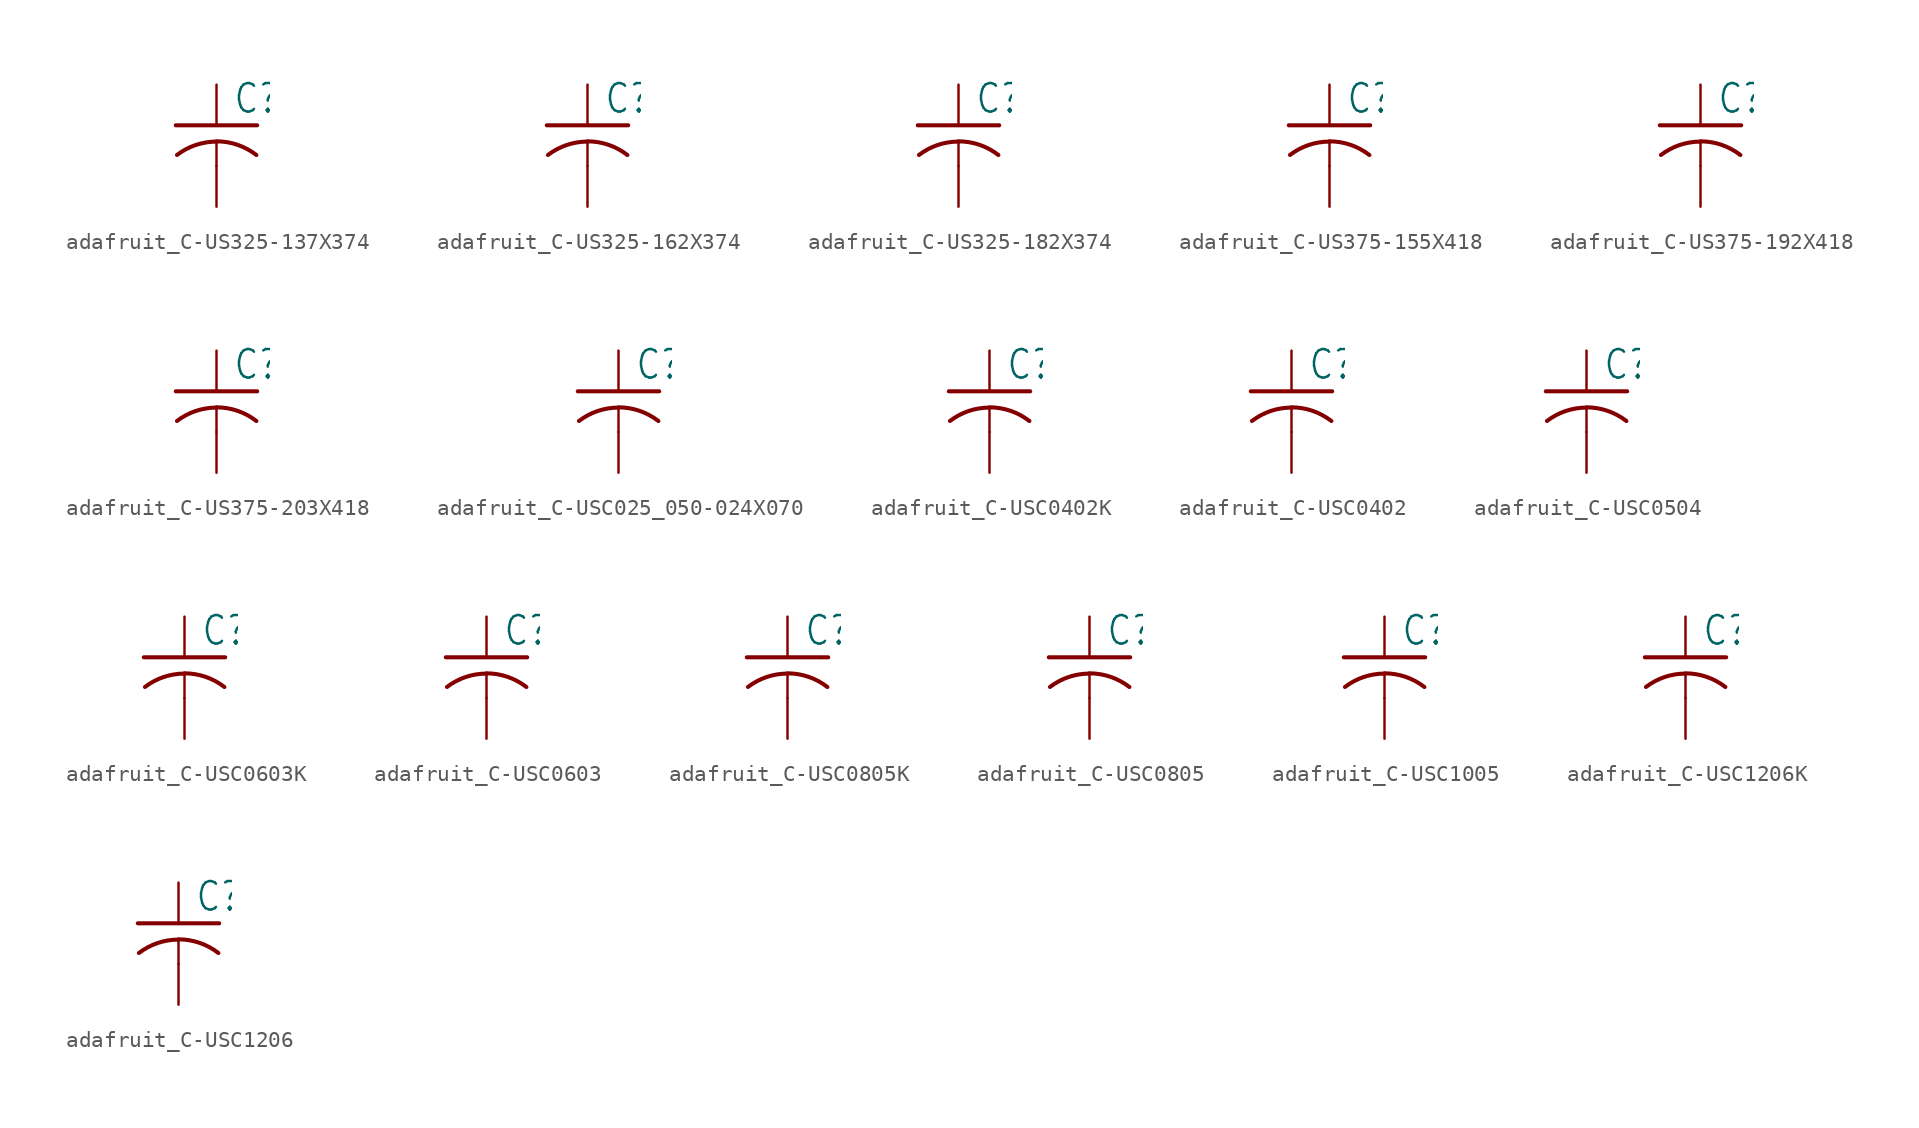
<source format=kicad_sym>
(kicad_symbol_lib
  (version 20220914)
  (generator kicad_symbol_editor)
  (symbol "adafruit_C-US325-137X374"
    (property "Reference" "C"
      (at 1.016 0.635 0)
      (effects (font (size 1.778 1.511)) (justify left bottom)))
    (property "Value" ""
      (at 1.016 -4.191 0)
      (effects (font (size 1.778 1.511)) (justify left bottom)))
    (property "ki_locked" ""
      (at 0 0 0)
      (effects (font (size 1.27 1.27))))
    (symbol "adafruit_C-US325-137X374_1_0"
      (arc (start 0 -1.0161) (mid -1.302 -1.2303) (end -2.4668 -1.8504) (stroke (width 0.254) (type solid)) (fill (type none)))
      (polyline (pts (xy -2.54 0) (xy 2.54 0)) (stroke (width 0.254) (type solid)) (fill (type none)))
      (polyline (pts (xy 0 -1.016) (xy 0 -2.54)) (stroke (width 0.152) (type solid)) (fill (type none)))
      (arc (start 2.4892 -1.8541) (mid 1.3158 -1.2194) (end 0 -1) (stroke (width 0.254) (type solid)) (fill (type none)))
      (pin passive line (at 0 2.54 270) (length 2.54) (name "1" (effects (font (size 0 0)))) (number "1" (effects (font (size 0 0)))))
      (pin passive line (at 0 -5.08 90) (length 2.54) (name "2" (effects (font (size 0 0)))) (number "2" (effects (font (size 0 0)))))))
  (symbol "adafruit_C-US325-162X374"
    (property "Reference" "C"
      (at 1.016 0.635 0)
      (effects (font (size 1.778 1.511)) (justify left bottom)))
    (property "Value" ""
      (at 1.016 -4.191 0)
      (effects (font (size 1.778 1.511)) (justify left bottom)))
    (property "ki_locked" ""
      (at 0 0 0)
      (effects (font (size 1.27 1.27))))
    (symbol "adafruit_C-US325-162X374_1_0"
      (arc (start 0 -1.0161) (mid -1.302 -1.2303) (end -2.4668 -1.8504) (stroke (width 0.254) (type solid)) (fill (type none)))
      (polyline (pts (xy -2.54 0) (xy 2.54 0)) (stroke (width 0.254) (type solid)) (fill (type none)))
      (polyline (pts (xy 0 -1.016) (xy 0 -2.54)) (stroke (width 0.152) (type solid)) (fill (type none)))
      (arc (start 2.4892 -1.8541) (mid 1.3158 -1.2194) (end 0 -1) (stroke (width 0.254) (type solid)) (fill (type none)))
      (pin passive line (at 0 2.54 270) (length 2.54) (name "1" (effects (font (size 0 0)))) (number "1" (effects (font (size 0 0)))))
      (pin passive line (at 0 -5.08 90) (length 2.54) (name "2" (effects (font (size 0 0)))) (number "2" (effects (font (size 0 0)))))))
  (symbol "adafruit_C-US325-182X374"
    (property "Reference" "C"
      (at 1.016 0.635 0)
      (effects (font (size 1.778 1.511)) (justify left bottom)))
    (property "Value" ""
      (at 1.016 -4.191 0)
      (effects (font (size 1.778 1.511)) (justify left bottom)))
    (property "ki_locked" ""
      (at 0 0 0)
      (effects (font (size 1.27 1.27))))
    (symbol "adafruit_C-US325-182X374_1_0"
      (arc (start 0 -1.0161) (mid -1.302 -1.2303) (end -2.4668 -1.8504) (stroke (width 0.254) (type solid)) (fill (type none)))
      (polyline (pts (xy -2.54 0) (xy 2.54 0)) (stroke (width 0.254) (type solid)) (fill (type none)))
      (polyline (pts (xy 0 -1.016) (xy 0 -2.54)) (stroke (width 0.152) (type solid)) (fill (type none)))
      (arc (start 2.4892 -1.8541) (mid 1.3158 -1.2194) (end 0 -1) (stroke (width 0.254) (type solid)) (fill (type none)))
      (pin passive line (at 0 2.54 270) (length 2.54) (name "1" (effects (font (size 0 0)))) (number "1" (effects (font (size 0 0)))))
      (pin passive line (at 0 -5.08 90) (length 2.54) (name "2" (effects (font (size 0 0)))) (number "2" (effects (font (size 0 0)))))))
  (symbol "adafruit_C-US375-155X418"
    (property "Reference" "C"
      (at 1.016 0.635 0)
      (effects (font (size 1.778 1.511)) (justify left bottom)))
    (property "Value" ""
      (at 1.016 -4.191 0)
      (effects (font (size 1.778 1.511)) (justify left bottom)))
    (property "ki_locked" ""
      (at 0 0 0)
      (effects (font (size 1.27 1.27))))
    (symbol "adafruit_C-US375-155X418_1_0"
      (arc (start 0 -1.0161) (mid -1.302 -1.2303) (end -2.4668 -1.8504) (stroke (width 0.254) (type solid)) (fill (type none)))
      (polyline (pts (xy -2.54 0) (xy 2.54 0)) (stroke (width 0.254) (type solid)) (fill (type none)))
      (polyline (pts (xy 0 -1.016) (xy 0 -2.54)) (stroke (width 0.152) (type solid)) (fill (type none)))
      (arc (start 2.4892 -1.8541) (mid 1.3158 -1.2194) (end 0 -1) (stroke (width 0.254) (type solid)) (fill (type none)))
      (pin passive line (at 0 2.54 270) (length 2.54) (name "1" (effects (font (size 0 0)))) (number "1" (effects (font (size 0 0)))))
      (pin passive line (at 0 -5.08 90) (length 2.54) (name "2" (effects (font (size 0 0)))) (number "2" (effects (font (size 0 0)))))))
  (symbol "adafruit_C-US375-192X418"
    (property "Reference" "C"
      (at 1.016 0.635 0)
      (effects (font (size 1.778 1.511)) (justify left bottom)))
    (property "Value" ""
      (at 1.016 -4.191 0)
      (effects (font (size 1.778 1.511)) (justify left bottom)))
    (property "ki_locked" ""
      (at 0 0 0)
      (effects (font (size 1.27 1.27))))
    (symbol "adafruit_C-US375-192X418_1_0"
      (arc (start 0 -1.0161) (mid -1.302 -1.2303) (end -2.4668 -1.8504) (stroke (width 0.254) (type solid)) (fill (type none)))
      (polyline (pts (xy -2.54 0) (xy 2.54 0)) (stroke (width 0.254) (type solid)) (fill (type none)))
      (polyline (pts (xy 0 -1.016) (xy 0 -2.54)) (stroke (width 0.152) (type solid)) (fill (type none)))
      (arc (start 2.4892 -1.8541) (mid 1.3158 -1.2194) (end 0 -1) (stroke (width 0.254) (type solid)) (fill (type none)))
      (pin passive line (at 0 2.54 270) (length 2.54) (name "1" (effects (font (size 0 0)))) (number "1" (effects (font (size 0 0)))))
      (pin passive line (at 0 -5.08 90) (length 2.54) (name "2" (effects (font (size 0 0)))) (number "2" (effects (font (size 0 0)))))))
  (symbol "adafruit_C-US375-203X418"
    (property "Reference" "C"
      (at 1.016 0.635 0)
      (effects (font (size 1.778 1.511)) (justify left bottom)))
    (property "Value" ""
      (at 1.016 -4.191 0)
      (effects (font (size 1.778 1.511)) (justify left bottom)))
    (property "ki_locked" ""
      (at 0 0 0)
      (effects (font (size 1.27 1.27))))
    (symbol "adafruit_C-US375-203X418_1_0"
      (arc (start 0 -1.0161) (mid -1.302 -1.2303) (end -2.4668 -1.8504) (stroke (width 0.254) (type solid)) (fill (type none)))
      (polyline (pts (xy -2.54 0) (xy 2.54 0)) (stroke (width 0.254) (type solid)) (fill (type none)))
      (polyline (pts (xy 0 -1.016) (xy 0 -2.54)) (stroke (width 0.152) (type solid)) (fill (type none)))
      (arc (start 2.4892 -1.8541) (mid 1.3158 -1.2194) (end 0 -1) (stroke (width 0.254) (type solid)) (fill (type none)))
      (pin passive line (at 0 2.54 270) (length 2.54) (name "1" (effects (font (size 0 0)))) (number "1" (effects (font (size 0 0)))))
      (pin passive line (at 0 -5.08 90) (length 2.54) (name "2" (effects (font (size 0 0)))) (number "2" (effects (font (size 0 0)))))))
  (symbol "adafruit_C-USC025_050-024X070"
    (property "Reference" "C"
      (at 1.016 0.635 0)
      (effects (font (size 1.778 1.511)) (justify left bottom)))
    (property "Value" ""
      (at 1.016 -4.191 0)
      (effects (font (size 1.778 1.511)) (justify left bottom)))
    (property "ki_locked" ""
      (at 0 0 0)
      (effects (font (size 1.27 1.27))))
    (symbol "adafruit_C-USC025_050-024X070_1_0"
      (arc (start 0 -1.0161) (mid -1.302 -1.2303) (end -2.4668 -1.8504) (stroke (width 0.254) (type solid)) (fill (type none)))
      (polyline (pts (xy -2.54 0) (xy 2.54 0)) (stroke (width 0.254) (type solid)) (fill (type none)))
      (polyline (pts (xy 0 -1.016) (xy 0 -2.54)) (stroke (width 0.152) (type solid)) (fill (type none)))
      (arc (start 2.4892 -1.8541) (mid 1.3158 -1.2194) (end 0 -1) (stroke (width 0.254) (type solid)) (fill (type none)))
      (pin passive line (at 0 2.54 270) (length 2.54) (name "1" (effects (font (size 0 0)))) (number "1" (effects (font (size 0 0)))))
      (pin passive line (at 0 -5.08 90) (length 2.54) (name "2" (effects (font (size 0 0)))) (number "2" (effects (font (size 0 0)))))))
  (symbol "adafruit_C-USC0402K"
    (property "Reference" "C"
      (at 1.016 0.635 0)
      (effects (font (size 1.778 1.511)) (justify left bottom)))
    (property "Value" ""
      (at 1.016 -4.191 0)
      (effects (font (size 1.778 1.511)) (justify left bottom)))
    (property "ki_locked" ""
      (at 0 0 0)
      (effects (font (size 1.27 1.27))))
    (symbol "adafruit_C-USC0402K_1_0"
      (arc (start 0 -1.0161) (mid -1.302 -1.2303) (end -2.4668 -1.8504) (stroke (width 0.254) (type solid)) (fill (type none)))
      (polyline (pts (xy -2.54 0) (xy 2.54 0)) (stroke (width 0.254) (type solid)) (fill (type none)))
      (polyline (pts (xy 0 -1.016) (xy 0 -2.54)) (stroke (width 0.152) (type solid)) (fill (type none)))
      (arc (start 2.4892 -1.8541) (mid 1.3158 -1.2194) (end 0 -1) (stroke (width 0.254) (type solid)) (fill (type none)))
      (pin passive line (at 0 2.54 270) (length 2.54) (name "1" (effects (font (size 0 0)))) (number "1" (effects (font (size 0 0)))))
      (pin passive line (at 0 -5.08 90) (length 2.54) (name "2" (effects (font (size 0 0)))) (number "2" (effects (font (size 0 0)))))))
  (symbol "adafruit_C-USC0402"
    (property "Reference" "C"
      (at 1.016 0.635 0)
      (effects (font (size 1.778 1.511)) (justify left bottom)))
    (property "Value" ""
      (at 1.016 -4.191 0)
      (effects (font (size 1.778 1.511)) (justify left bottom)))
    (property "ki_locked" ""
      (at 0 0 0)
      (effects (font (size 1.27 1.27))))
    (symbol "adafruit_C-USC0402_1_0"
      (arc (start 0 -1.0161) (mid -1.302 -1.2303) (end -2.4668 -1.8504) (stroke (width 0.254) (type solid)) (fill (type none)))
      (polyline (pts (xy -2.54 0) (xy 2.54 0)) (stroke (width 0.254) (type solid)) (fill (type none)))
      (polyline (pts (xy 0 -1.016) (xy 0 -2.54)) (stroke (width 0.152) (type solid)) (fill (type none)))
      (arc (start 2.4892 -1.8541) (mid 1.3158 -1.2194) (end 0 -1) (stroke (width 0.254) (type solid)) (fill (type none)))
      (pin passive line (at 0 2.54 270) (length 2.54) (name "1" (effects (font (size 0 0)))) (number "1" (effects (font (size 0 0)))))
      (pin passive line (at 0 -5.08 90) (length 2.54) (name "2" (effects (font (size 0 0)))) (number "2" (effects (font (size 0 0)))))))
  (symbol "adafruit_C-USC0504"
    (property "Reference" "C"
      (at 1.016 0.635 0)
      (effects (font (size 1.778 1.511)) (justify left bottom)))
    (property "Value" ""
      (at 1.016 -4.191 0)
      (effects (font (size 1.778 1.511)) (justify left bottom)))
    (property "ki_locked" ""
      (at 0 0 0)
      (effects (font (size 1.27 1.27))))
    (symbol "adafruit_C-USC0504_1_0"
      (arc (start 0 -1.0161) (mid -1.302 -1.2303) (end -2.4668 -1.8504) (stroke (width 0.254) (type solid)) (fill (type none)))
      (polyline (pts (xy -2.54 0) (xy 2.54 0)) (stroke (width 0.254) (type solid)) (fill (type none)))
      (polyline (pts (xy 0 -1.016) (xy 0 -2.54)) (stroke (width 0.152) (type solid)) (fill (type none)))
      (arc (start 2.4892 -1.8541) (mid 1.3158 -1.2194) (end 0 -1) (stroke (width 0.254) (type solid)) (fill (type none)))
      (pin passive line (at 0 2.54 270) (length 2.54) (name "1" (effects (font (size 0 0)))) (number "1" (effects (font (size 0 0)))))
      (pin passive line (at 0 -5.08 90) (length 2.54) (name "2" (effects (font (size 0 0)))) (number "2" (effects (font (size 0 0)))))))
  (symbol "adafruit_C-USC0603K"
    (property "Reference" "C"
      (at 1.016 0.635 0)
      (effects (font (size 1.778 1.511)) (justify left bottom)))
    (property "Value" ""
      (at 1.016 -4.191 0)
      (effects (font (size 1.778 1.511)) (justify left bottom)))
    (property "ki_locked" ""
      (at 0 0 0)
      (effects (font (size 1.27 1.27))))
    (symbol "adafruit_C-USC0603K_1_0"
      (arc (start 0 -1.0161) (mid -1.302 -1.2303) (end -2.4668 -1.8504) (stroke (width 0.254) (type solid)) (fill (type none)))
      (polyline (pts (xy -2.54 0) (xy 2.54 0)) (stroke (width 0.254) (type solid)) (fill (type none)))
      (polyline (pts (xy 0 -1.016) (xy 0 -2.54)) (stroke (width 0.152) (type solid)) (fill (type none)))
      (arc (start 2.4892 -1.8541) (mid 1.3158 -1.2194) (end 0 -1) (stroke (width 0.254) (type solid)) (fill (type none)))
      (pin passive line (at 0 2.54 270) (length 2.54) (name "1" (effects (font (size 0 0)))) (number "1" (effects (font (size 0 0)))))
      (pin passive line (at 0 -5.08 90) (length 2.54) (name "2" (effects (font (size 0 0)))) (number "2" (effects (font (size 0 0)))))))
  (symbol "adafruit_C-USC0603"
    (property "Reference" "C"
      (at 1.016 0.635 0)
      (effects (font (size 1.778 1.511)) (justify left bottom)))
    (property "Value" ""
      (at 1.016 -4.191 0)
      (effects (font (size 1.778 1.511)) (justify left bottom)))
    (property "ki_locked" ""
      (at 0 0 0)
      (effects (font (size 1.27 1.27))))
    (symbol "adafruit_C-USC0603_1_0"
      (arc (start 0 -1.0161) (mid -1.302 -1.2303) (end -2.4668 -1.8504) (stroke (width 0.254) (type solid)) (fill (type none)))
      (polyline (pts (xy -2.54 0) (xy 2.54 0)) (stroke (width 0.254) (type solid)) (fill (type none)))
      (polyline (pts (xy 0 -1.016) (xy 0 -2.54)) (stroke (width 0.152) (type solid)) (fill (type none)))
      (arc (start 2.4892 -1.8541) (mid 1.3158 -1.2194) (end 0 -1) (stroke (width 0.254) (type solid)) (fill (type none)))
      (pin passive line (at 0 2.54 270) (length 2.54) (name "1" (effects (font (size 0 0)))) (number "1" (effects (font (size 0 0)))))
      (pin passive line (at 0 -5.08 90) (length 2.54) (name "2" (effects (font (size 0 0)))) (number "2" (effects (font (size 0 0)))))))
  (symbol "adafruit_C-USC0805K"
    (property "Reference" "C"
      (at 1.016 0.635 0)
      (effects (font (size 1.778 1.511)) (justify left bottom)))
    (property "Value" ""
      (at 1.016 -4.191 0)
      (effects (font (size 1.778 1.511)) (justify left bottom)))
    (property "ki_locked" ""
      (at 0 0 0)
      (effects (font (size 1.27 1.27))))
    (symbol "adafruit_C-USC0805K_1_0"
      (arc (start 0 -1.0161) (mid -1.302 -1.2303) (end -2.4668 -1.8504) (stroke (width 0.254) (type solid)) (fill (type none)))
      (polyline (pts (xy -2.54 0) (xy 2.54 0)) (stroke (width 0.254) (type solid)) (fill (type none)))
      (polyline (pts (xy 0 -1.016) (xy 0 -2.54)) (stroke (width 0.152) (type solid)) (fill (type none)))
      (arc (start 2.4892 -1.8541) (mid 1.3158 -1.2194) (end 0 -1) (stroke (width 0.254) (type solid)) (fill (type none)))
      (pin passive line (at 0 2.54 270) (length 2.54) (name "1" (effects (font (size 0 0)))) (number "1" (effects (font (size 0 0)))))
      (pin passive line (at 0 -5.08 90) (length 2.54) (name "2" (effects (font (size 0 0)))) (number "2" (effects (font (size 0 0)))))))
  (symbol "adafruit_C-USC0805"
    (property "Reference" "C"
      (at 1.016 0.635 0)
      (effects (font (size 1.778 1.511)) (justify left bottom)))
    (property "Value" ""
      (at 1.016 -4.191 0)
      (effects (font (size 1.778 1.511)) (justify left bottom)))
    (property "ki_locked" ""
      (at 0 0 0)
      (effects (font (size 1.27 1.27))))
    (symbol "adafruit_C-USC0805_1_0"
      (arc (start 0 -1.0161) (mid -1.302 -1.2303) (end -2.4668 -1.8504) (stroke (width 0.254) (type solid)) (fill (type none)))
      (polyline (pts (xy -2.54 0) (xy 2.54 0)) (stroke (width 0.254) (type solid)) (fill (type none)))
      (polyline (pts (xy 0 -1.016) (xy 0 -2.54)) (stroke (width 0.152) (type solid)) (fill (type none)))
      (arc (start 2.4892 -1.8541) (mid 1.3158 -1.2194) (end 0 -1) (stroke (width 0.254) (type solid)) (fill (type none)))
      (pin passive line (at 0 2.54 270) (length 2.54) (name "1" (effects (font (size 0 0)))) (number "1" (effects (font (size 0 0)))))
      (pin passive line (at 0 -5.08 90) (length 2.54) (name "2" (effects (font (size 0 0)))) (number "2" (effects (font (size 0 0)))))))
  (symbol "adafruit_C-USC1005"
    (property "Reference" "C"
      (at 1.016 0.635 0)
      (effects (font (size 1.778 1.511)) (justify left bottom)))
    (property "Value" ""
      (at 1.016 -4.191 0)
      (effects (font (size 1.778 1.511)) (justify left bottom)))
    (property "ki_locked" ""
      (at 0 0 0)
      (effects (font (size 1.27 1.27))))
    (symbol "adafruit_C-USC1005_1_0"
      (arc (start 0 -1.0161) (mid -1.302 -1.2303) (end -2.4668 -1.8504) (stroke (width 0.254) (type solid)) (fill (type none)))
      (polyline (pts (xy -2.54 0) (xy 2.54 0)) (stroke (width 0.254) (type solid)) (fill (type none)))
      (polyline (pts (xy 0 -1.016) (xy 0 -2.54)) (stroke (width 0.152) (type solid)) (fill (type none)))
      (arc (start 2.4892 -1.8541) (mid 1.3158 -1.2194) (end 0 -1) (stroke (width 0.254) (type solid)) (fill (type none)))
      (pin passive line (at 0 2.54 270) (length 2.54) (name "1" (effects (font (size 0 0)))) (number "1" (effects (font (size 0 0)))))
      (pin passive line (at 0 -5.08 90) (length 2.54) (name "2" (effects (font (size 0 0)))) (number "2" (effects (font (size 0 0)))))))
  (symbol "adafruit_C-USC1206K"
    (property "Reference" "C"
      (at 1.016 0.635 0)
      (effects (font (size 1.778 1.511)) (justify left bottom)))
    (property "Value" ""
      (at 1.016 -4.191 0)
      (effects (font (size 1.778 1.511)) (justify left bottom)))
    (property "ki_locked" ""
      (at 0 0 0)
      (effects (font (size 1.27 1.27))))
    (symbol "adafruit_C-USC1206K_1_0"
      (arc (start 0 -1.0161) (mid -1.302 -1.2303) (end -2.4668 -1.8504) (stroke (width 0.254) (type solid)) (fill (type none)))
      (polyline (pts (xy -2.54 0) (xy 2.54 0)) (stroke (width 0.254) (type solid)) (fill (type none)))
      (polyline (pts (xy 0 -1.016) (xy 0 -2.54)) (stroke (width 0.152) (type solid)) (fill (type none)))
      (arc (start 2.4892 -1.8541) (mid 1.3158 -1.2194) (end 0 -1) (stroke (width 0.254) (type solid)) (fill (type none)))
      (pin passive line (at 0 2.54 270) (length 2.54) (name "1" (effects (font (size 0 0)))) (number "1" (effects (font (size 0 0)))))
      (pin passive line (at 0 -5.08 90) (length 2.54) (name "2" (effects (font (size 0 0)))) (number "2" (effects (font (size 0 0)))))))
  (symbol "adafruit_C-USC1206"
    (property "Reference" "C"
      (at 1.016 0.635 0)
      (effects (font (size 1.778 1.511)) (justify left bottom)))
    (property "Value" ""
      (at 1.016 -4.191 0)
      (effects (font (size 1.778 1.511)) (justify left bottom)))
    (property "ki_locked" ""
      (at 0 0 0)
      (effects (font (size 1.27 1.27))))
    (symbol "adafruit_C-USC1206_1_0"
      (arc (start 0 -1.0161) (mid -1.302 -1.2303) (end -2.4668 -1.8504) (stroke (width 0.254) (type solid)) (fill (type none)))
      (polyline (pts (xy -2.54 0) (xy 2.54 0)) (stroke (width 0.254) (type solid)) (fill (type none)))
      (polyline (pts (xy 0 -1.016) (xy 0 -2.54)) (stroke (width 0.152) (type solid)) (fill (type none)))
      (arc (start 2.4892 -1.8541) (mid 1.3158 -1.2194) (end 0 -1) (stroke (width 0.254) (type solid)) (fill (type none)))
      (pin passive line (at 0 2.54 270) (length 2.54) (name "1" (effects (font (size 0 0)))) (number "1" (effects (font (size 0 0)))))
      (pin passive line (at 0 -5.08 90) (length 2.54) (name "2" (effects (font (size 0 0)))) (number "2" (effects (font (size 0 0))))))))
</source>
